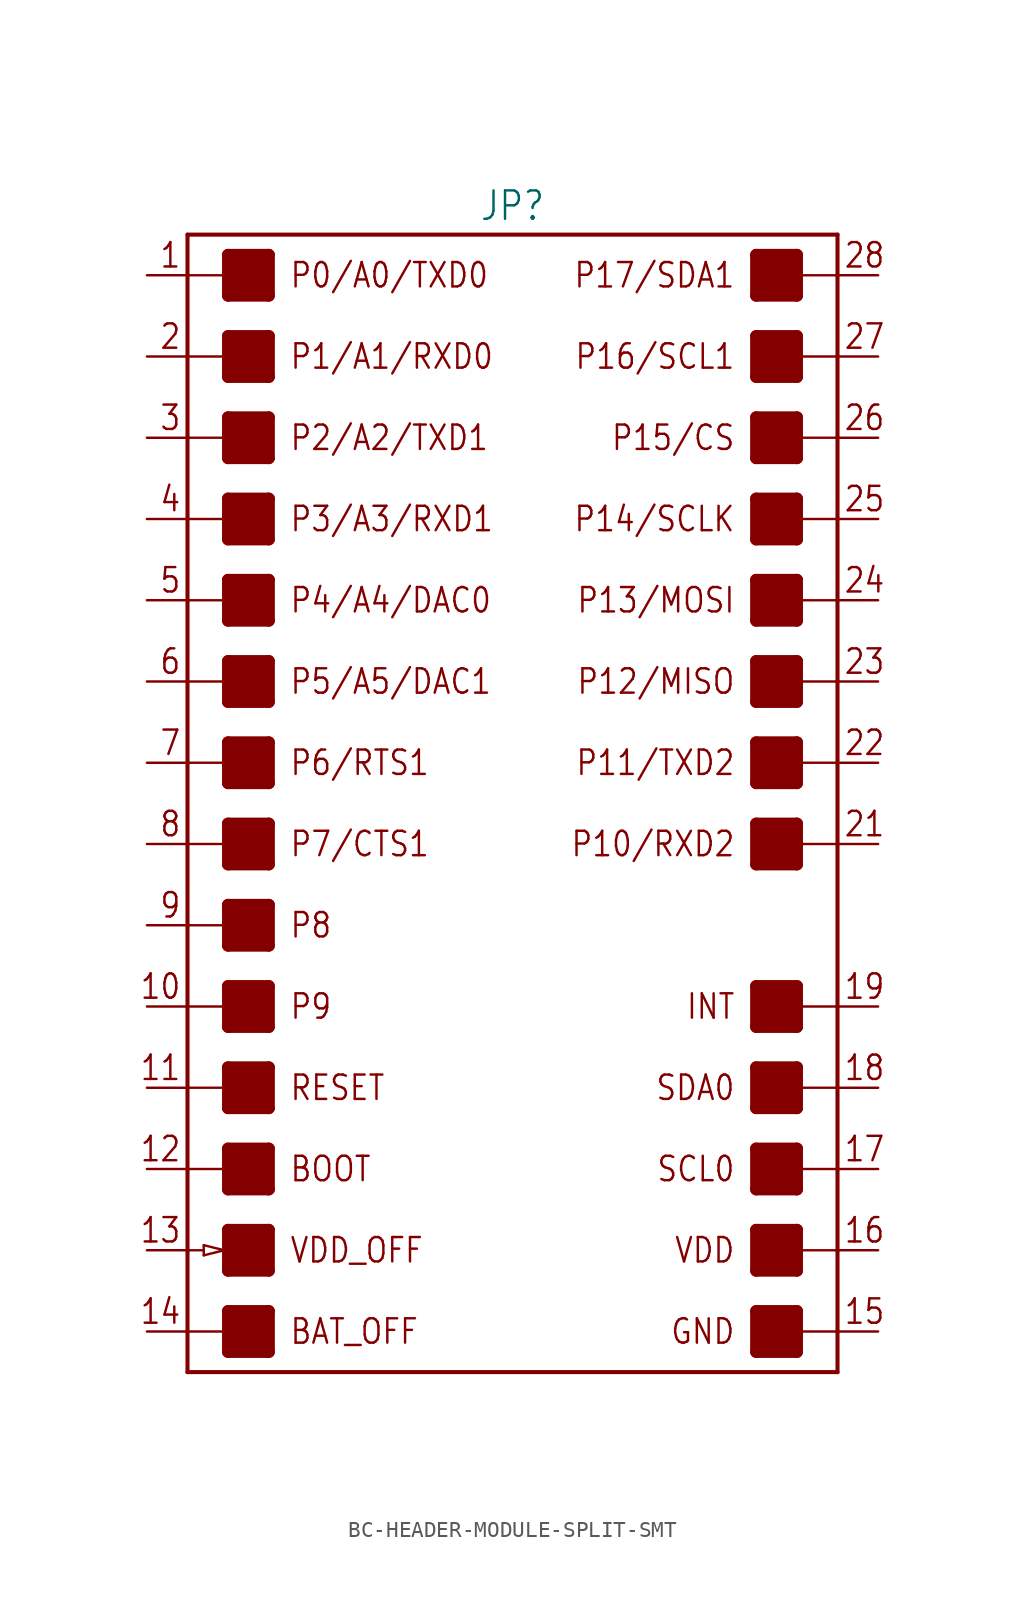
<source format=kicad_sym>
(kicad_symbol_lib
  (version 20231120)
  (generator "kicad_symbol_editor")
  (generator_version "8.0")
  (symbol "BC-HEADER-MODULE-SPLIT-SMT"
    (property "Reference" "JP"
      (at 0 36.322 0)
      (effects (font (size 1.778 1.511)) (justify bottom)))
    (property "Value" ""
      (at 0 -36.322 0)
      (effects (font (size 1.778 1.511)) (justify top)))
    (property "ki_locked" ""
      (at 0 0 0)
      (effects (font (size 1.27 1.27))))
    (symbol "BC-HEADER-MODULE-SPLIT-SMT_1_0"
      (rectangle (start -17.78 -34.29) (end -15.24 -31.75) (stroke (width 0) (type default)) (fill (type outline)))
      (rectangle (start -17.78 -29.21) (end -15.24 -26.67) (stroke (width 0) (type default)) (fill (type outline)))
      (rectangle (start -17.78 -24.13) (end -15.24 -21.59) (stroke (width 0) (type default)) (fill (type outline)))
      (rectangle (start -17.78 -19.05) (end -15.24 -16.51) (stroke (width 0) (type default)) (fill (type outline)))
      (rectangle (start -17.78 -13.97) (end -15.24 -11.43) (stroke (width 0) (type default)) (fill (type outline)))
      (rectangle (start -17.78 -8.89) (end -15.24 -6.35) (stroke (width 0) (type default)) (fill (type outline)))
      (rectangle (start -17.78 -3.81) (end -15.24 -1.27) (stroke (width 0) (type default)) (fill (type outline)))
      (rectangle (start -17.78 1.27) (end -15.24 3.81) (stroke (width 0) (type default)) (fill (type outline)))
      (rectangle (start -17.78 6.35) (end -15.24 8.89) (stroke (width 0) (type default)) (fill (type outline)))
      (rectangle (start -17.78 11.43) (end -15.24 13.97) (stroke (width 0) (type default)) (fill (type outline)))
      (rectangle (start -17.78 16.51) (end -15.24 19.05) (stroke (width 0) (type default)) (fill (type outline)))
      (rectangle (start -17.78 21.59) (end -15.24 24.13) (stroke (width 0) (type default)) (fill (type outline)))
      (rectangle (start -17.78 26.67) (end -15.24 29.21) (stroke (width 0) (type default)) (fill (type outline)))
      (rectangle (start -17.78 31.75) (end -15.24 34.29) (stroke (width 0) (type default)) (fill (type outline)))
      (polyline (pts (xy -20.32 -33.02) (xy -20.32 -35.56)) (stroke (width 0.254) (type solid)) (fill (type none)))
      (polyline (pts (xy -20.32 -33.02) (xy -17.78 -33.02)) (stroke (width 0.152) (type solid)) (fill (type none)))
      (polyline (pts (xy -20.32 -27.94) (xy -20.32 -33.02)) (stroke (width 0.254) (type solid)) (fill (type none)))
      (polyline (pts (xy -20.32 -27.94) (xy -19.304 -27.94)) (stroke (width 0.152) (type solid)) (fill (type none)))
      (polyline (pts (xy -20.32 -22.86) (xy -20.32 -27.94)) (stroke (width 0.254) (type solid)) (fill (type none)))
      (polyline (pts (xy -20.32 -22.86) (xy -17.78 -22.86)) (stroke (width 0.152) (type solid)) (fill (type none)))
      (polyline (pts (xy -20.32 -17.78) (xy -20.32 -22.86)) (stroke (width 0.254) (type solid)) (fill (type none)))
      (polyline (pts (xy -20.32 -17.78) (xy -17.78 -17.78)) (stroke (width 0.152) (type solid)) (fill (type none)))
      (polyline (pts (xy -20.32 -12.7) (xy -20.32 -17.78)) (stroke (width 0.254) (type solid)) (fill (type none)))
      (polyline (pts (xy -20.32 -12.7) (xy -17.78 -12.7)) (stroke (width 0.152) (type solid)) (fill (type none)))
      (polyline (pts (xy -20.32 -7.62) (xy -20.32 -12.7)) (stroke (width 0.254) (type solid)) (fill (type none)))
      (polyline (pts (xy -20.32 -7.62) (xy -17.78 -7.62)) (stroke (width 0.152) (type solid)) (fill (type none)))
      (polyline (pts (xy -20.32 -2.54) (xy -20.32 -7.62)) (stroke (width 0.254) (type solid)) (fill (type none)))
      (polyline (pts (xy -20.32 -2.54) (xy -17.78 -2.54)) (stroke (width 0.152) (type solid)) (fill (type none)))
      (polyline (pts (xy -20.32 2.54) (xy -20.32 -2.54)) (stroke (width 0.254) (type solid)) (fill (type none)))
      (polyline (pts (xy -20.32 2.54) (xy -17.78 2.54)) (stroke (width 0.152) (type solid)) (fill (type none)))
      (polyline (pts (xy -20.32 7.62) (xy -20.32 2.54)) (stroke (width 0.254) (type solid)) (fill (type none)))
      (polyline (pts (xy -20.32 7.62) (xy -17.78 7.62)) (stroke (width 0.152) (type solid)) (fill (type none)))
      (polyline (pts (xy -20.32 12.7) (xy -20.32 7.62)) (stroke (width 0.254) (type solid)) (fill (type none)))
      (polyline (pts (xy -20.32 12.7) (xy -17.78 12.7)) (stroke (width 0.152) (type solid)) (fill (type none)))
      (polyline (pts (xy -20.32 17.78) (xy -20.32 12.7)) (stroke (width 0.254) (type solid)) (fill (type none)))
      (polyline (pts (xy -20.32 17.78) (xy -17.78 17.78)) (stroke (width 0.152) (type solid)) (fill (type none)))
      (polyline (pts (xy -20.32 22.86) (xy -20.32 17.78)) (stroke (width 0.254) (type solid)) (fill (type none)))
      (polyline (pts (xy -20.32 22.86) (xy -17.78 22.86)) (stroke (width 0.152) (type solid)) (fill (type none)))
      (polyline (pts (xy -20.32 27.94) (xy -20.32 22.86)) (stroke (width 0.254) (type solid)) (fill (type none)))
      (polyline (pts (xy -20.32 27.94) (xy -17.78 27.94)) (stroke (width 0.152) (type solid)) (fill (type none)))
      (polyline (pts (xy -20.32 33.02) (xy -20.32 27.94)) (stroke (width 0.254) (type solid)) (fill (type none)))
      (polyline (pts (xy -20.32 33.02) (xy -17.78 33.02)) (stroke (width 0.152) (type solid)) (fill (type none)))
      (polyline (pts (xy -20.32 35.56) (xy -20.32 33.02)) (stroke (width 0.254) (type solid)) (fill (type none)))
      (polyline (pts (xy -20.32 35.56) (xy 20.32 35.56)) (stroke (width 0.254) (type solid)) (fill (type none)))
      (polyline (pts (xy -19.304 -28.258) (xy -18.034 -27.94)) (stroke (width 0.152) (type solid)) (fill (type none)))
      (polyline (pts (xy -19.304 -27.94) (xy -19.304 -28.258)) (stroke (width 0.152) (type solid)) (fill (type none)))
      (polyline (pts (xy -19.304 -27.622) (xy -19.304 -27.94)) (stroke (width 0.152) (type solid)) (fill (type none)))
      (polyline (pts (xy -18.034 -27.94) (xy -19.304 -27.622)) (stroke (width 0.152) (type solid)) (fill (type none)))
      (polyline (pts (xy -17.78 -34.29) (xy -15.24 -34.29)) (stroke (width 0.762) (type solid)) (fill (type none)))
      (polyline (pts (xy -17.78 -33.02) (xy -17.78 -34.29)) (stroke (width 0.762) (type solid)) (fill (type none)))
      (polyline (pts (xy -17.78 -31.75) (xy -17.78 -33.02)) (stroke (width 0.762) (type solid)) (fill (type none)))
      (polyline (pts (xy -17.78 -31.75) (xy -15.24 -31.75)) (stroke (width 0.762) (type solid)) (fill (type none)))
      (polyline (pts (xy -17.78 -29.21) (xy -15.24 -29.21)) (stroke (width 0.762) (type solid)) (fill (type none)))
      (polyline (pts (xy -17.78 -26.67) (xy -17.78 -29.21)) (stroke (width 0.762) (type solid)) (fill (type none)))
      (polyline (pts (xy -17.78 -26.67) (xy -15.24 -26.67)) (stroke (width 0.762) (type solid)) (fill (type none)))
      (polyline (pts (xy -17.78 -24.13) (xy -15.24 -24.13)) (stroke (width 0.762) (type solid)) (fill (type none)))
      (polyline (pts (xy -17.78 -22.86) (xy -17.78 -24.13)) (stroke (width 0.762) (type solid)) (fill (type none)))
      (polyline (pts (xy -17.78 -21.59) (xy -17.78 -22.86)) (stroke (width 0.762) (type solid)) (fill (type none)))
      (polyline (pts (xy -17.78 -21.59) (xy -15.24 -21.59)) (stroke (width 0.762) (type solid)) (fill (type none)))
      (polyline (pts (xy -17.78 -19.05) (xy -15.24 -19.05)) (stroke (width 0.762) (type solid)) (fill (type none)))
      (polyline (pts (xy -17.78 -17.78) (xy -17.78 -19.05)) (stroke (width 0.762) (type solid)) (fill (type none)))
      (polyline (pts (xy -17.78 -16.51) (xy -17.78 -17.78)) (stroke (width 0.762) (type solid)) (fill (type none)))
      (polyline (pts (xy -17.78 -16.51) (xy -15.24 -16.51)) (stroke (width 0.762) (type solid)) (fill (type none)))
      (polyline (pts (xy -17.78 -13.97) (xy -15.24 -13.97)) (stroke (width 0.762) (type solid)) (fill (type none)))
      (polyline (pts (xy -17.78 -12.7) (xy -17.78 -13.97)) (stroke (width 0.762) (type solid)) (fill (type none)))
      (polyline (pts (xy -17.78 -11.43) (xy -17.78 -12.7)) (stroke (width 0.762) (type solid)) (fill (type none)))
      (polyline (pts (xy -17.78 -11.43) (xy -15.24 -11.43)) (stroke (width 0.762) (type solid)) (fill (type none)))
      (polyline (pts (xy -17.78 -8.89) (xy -15.24 -8.89)) (stroke (width 0.762) (type solid)) (fill (type none)))
      (polyline (pts (xy -17.78 -7.62) (xy -17.78 -8.89)) (stroke (width 0.762) (type solid)) (fill (type none)))
      (polyline (pts (xy -17.78 -6.35) (xy -17.78 -7.62)) (stroke (width 0.762) (type solid)) (fill (type none)))
      (polyline (pts (xy -17.78 -6.35) (xy -15.24 -6.35)) (stroke (width 0.762) (type solid)) (fill (type none)))
      (polyline (pts (xy -17.78 -3.81) (xy -15.24 -3.81)) (stroke (width 0.762) (type solid)) (fill (type none)))
      (polyline (pts (xy -17.78 -2.54) (xy -17.78 -3.81)) (stroke (width 0.762) (type solid)) (fill (type none)))
      (polyline (pts (xy -17.78 -1.27) (xy -17.78 -2.54)) (stroke (width 0.762) (type solid)) (fill (type none)))
      (polyline (pts (xy -17.78 -1.27) (xy -15.24 -1.27)) (stroke (width 0.762) (type solid)) (fill (type none)))
      (polyline (pts (xy -17.78 1.27) (xy -15.24 1.27)) (stroke (width 0.762) (type solid)) (fill (type none)))
      (polyline (pts (xy -17.78 2.54) (xy -17.78 1.27)) (stroke (width 0.762) (type solid)) (fill (type none)))
      (polyline (pts (xy -17.78 3.81) (xy -17.78 2.54)) (stroke (width 0.762) (type solid)) (fill (type none)))
      (polyline (pts (xy -17.78 3.81) (xy -15.24 3.81)) (stroke (width 0.762) (type solid)) (fill (type none)))
      (polyline (pts (xy -17.78 6.35) (xy -15.24 6.35)) (stroke (width 0.762) (type solid)) (fill (type none)))
      (polyline (pts (xy -17.78 7.62) (xy -17.78 6.35)) (stroke (width 0.762) (type solid)) (fill (type none)))
      (polyline (pts (xy -17.78 8.89) (xy -17.78 7.62)) (stroke (width 0.762) (type solid)) (fill (type none)))
      (polyline (pts (xy -17.78 8.89) (xy -15.24 8.89)) (stroke (width 0.762) (type solid)) (fill (type none)))
      (polyline (pts (xy -17.78 11.43) (xy -15.24 11.43)) (stroke (width 0.762) (type solid)) (fill (type none)))
      (polyline (pts (xy -17.78 12.7) (xy -17.78 11.43)) (stroke (width 0.762) (type solid)) (fill (type none)))
      (polyline (pts (xy -17.78 13.97) (xy -17.78 12.7)) (stroke (width 0.762) (type solid)) (fill (type none)))
      (polyline (pts (xy -17.78 13.97) (xy -15.24 13.97)) (stroke (width 0.762) (type solid)) (fill (type none)))
      (polyline (pts (xy -17.78 16.51) (xy -15.24 16.51)) (stroke (width 0.762) (type solid)) (fill (type none)))
      (polyline (pts (xy -17.78 17.78) (xy -17.78 16.51)) (stroke (width 0.762) (type solid)) (fill (type none)))
      (polyline (pts (xy -17.78 19.05) (xy -17.78 17.78)) (stroke (width 0.762) (type solid)) (fill (type none)))
      (polyline (pts (xy -17.78 19.05) (xy -15.24 19.05)) (stroke (width 0.762) (type solid)) (fill (type none)))
      (polyline (pts (xy -17.78 21.59) (xy -15.24 21.59)) (stroke (width 0.762) (type solid)) (fill (type none)))
      (polyline (pts (xy -17.78 22.86) (xy -17.78 21.59)) (stroke (width 0.762) (type solid)) (fill (type none)))
      (polyline (pts (xy -17.78 24.13) (xy -17.78 22.86)) (stroke (width 0.762) (type solid)) (fill (type none)))
      (polyline (pts (xy -17.78 24.13) (xy -15.24 24.13)) (stroke (width 0.762) (type solid)) (fill (type none)))
      (polyline (pts (xy -17.78 26.67) (xy -15.24 26.67)) (stroke (width 0.762) (type solid)) (fill (type none)))
      (polyline (pts (xy -17.78 27.94) (xy -17.78 26.67)) (stroke (width 0.762) (type solid)) (fill (type none)))
      (polyline (pts (xy -17.78 29.21) (xy -17.78 27.94)) (stroke (width 0.762) (type solid)) (fill (type none)))
      (polyline (pts (xy -17.78 29.21) (xy -15.24 29.21)) (stroke (width 0.762) (type solid)) (fill (type none)))
      (polyline (pts (xy -17.78 31.75) (xy -15.24 31.75)) (stroke (width 0.762) (type solid)) (fill (type none)))
      (polyline (pts (xy -17.78 33.02) (xy -17.78 31.75)) (stroke (width 0.762) (type solid)) (fill (type none)))
      (polyline (pts (xy -17.78 34.29) (xy -17.78 33.02)) (stroke (width 0.762) (type solid)) (fill (type none)))
      (polyline (pts (xy -17.78 34.29) (xy -15.24 34.29)) (stroke (width 0.762) (type solid)) (fill (type none)))
      (polyline (pts (xy -15.24 -34.29) (xy -15.24 -31.75)) (stroke (width 0.762) (type solid)) (fill (type none)))
      (polyline (pts (xy -15.24 -29.21) (xy -15.24 -26.67)) (stroke (width 0.762) (type solid)) (fill (type none)))
      (polyline (pts (xy -15.24 -24.13) (xy -15.24 -21.59)) (stroke (width 0.762) (type solid)) (fill (type none)))
      (polyline (pts (xy -15.24 -19.05) (xy -15.24 -16.51)) (stroke (width 0.762) (type solid)) (fill (type none)))
      (polyline (pts (xy -15.24 -13.97) (xy -15.24 -11.43)) (stroke (width 0.762) (type solid)) (fill (type none)))
      (polyline (pts (xy -15.24 -8.89) (xy -15.24 -6.35)) (stroke (width 0.762) (type solid)) (fill (type none)))
      (polyline (pts (xy -15.24 -3.81) (xy -15.24 -1.27)) (stroke (width 0.762) (type solid)) (fill (type none)))
      (polyline (pts (xy -15.24 1.27) (xy -15.24 3.81)) (stroke (width 0.762) (type solid)) (fill (type none)))
      (polyline (pts (xy -15.24 6.35) (xy -15.24 8.89)) (stroke (width 0.762) (type solid)) (fill (type none)))
      (polyline (pts (xy -15.24 11.43) (xy -15.24 13.97)) (stroke (width 0.762) (type solid)) (fill (type none)))
      (polyline (pts (xy -15.24 16.51) (xy -15.24 19.05)) (stroke (width 0.762) (type solid)) (fill (type none)))
      (polyline (pts (xy -15.24 21.59) (xy -15.24 24.13)) (stroke (width 0.762) (type solid)) (fill (type none)))
      (polyline (pts (xy -15.24 26.67) (xy -15.24 29.21)) (stroke (width 0.762) (type solid)) (fill (type none)))
      (polyline (pts (xy -15.24 31.75) (xy -15.24 34.29)) (stroke (width 0.762) (type solid)) (fill (type none)))
      (polyline (pts (xy 15.24 -34.29) (xy 17.78 -34.29)) (stroke (width 0.762) (type solid)) (fill (type none)))
      (polyline (pts (xy 15.24 -31.75) (xy 15.24 -34.29)) (stroke (width 0.762) (type solid)) (fill (type none)))
      (polyline (pts (xy 15.24 -31.75) (xy 17.78 -31.75)) (stroke (width 0.762) (type solid)) (fill (type none)))
      (polyline (pts (xy 15.24 -29.21) (xy 17.78 -29.21)) (stroke (width 0.762) (type solid)) (fill (type none)))
      (polyline (pts (xy 15.24 -26.67) (xy 15.24 -29.21)) (stroke (width 0.762) (type solid)) (fill (type none)))
      (polyline (pts (xy 15.24 -26.67) (xy 17.78 -26.67)) (stroke (width 0.762) (type solid)) (fill (type none)))
      (polyline (pts (xy 15.24 -24.13) (xy 17.78 -24.13)) (stroke (width 0.762) (type solid)) (fill (type none)))
      (polyline (pts (xy 15.24 -21.59) (xy 15.24 -24.13)) (stroke (width 0.762) (type solid)) (fill (type none)))
      (polyline (pts (xy 15.24 -21.59) (xy 17.78 -21.59)) (stroke (width 0.762) (type solid)) (fill (type none)))
      (polyline (pts (xy 15.24 -19.05) (xy 17.78 -19.05)) (stroke (width 0.762) (type solid)) (fill (type none)))
      (polyline (pts (xy 15.24 -16.51) (xy 15.24 -19.05)) (stroke (width 0.762) (type solid)) (fill (type none)))
      (polyline (pts (xy 15.24 -16.51) (xy 17.78 -16.51)) (stroke (width 0.762) (type solid)) (fill (type none)))
      (polyline (pts (xy 15.24 -13.97) (xy 17.78 -13.97)) (stroke (width 0.762) (type solid)) (fill (type none)))
      (polyline (pts (xy 15.24 -11.43) (xy 15.24 -13.97)) (stroke (width 0.762) (type solid)) (fill (type none)))
      (polyline (pts (xy 15.24 -11.43) (xy 17.78 -11.43)) (stroke (width 0.762) (type solid)) (fill (type none)))
      (polyline (pts (xy 15.24 -3.81) (xy 17.78 -3.81)) (stroke (width 0.762) (type solid)) (fill (type none)))
      (polyline (pts (xy 15.24 -1.27) (xy 15.24 -3.81)) (stroke (width 0.762) (type solid)) (fill (type none)))
      (polyline (pts (xy 15.24 -1.27) (xy 17.78 -1.27)) (stroke (width 0.762) (type solid)) (fill (type none)))
      (polyline (pts (xy 15.24 1.27) (xy 17.78 1.27)) (stroke (width 0.762) (type solid)) (fill (type none)))
      (polyline (pts (xy 15.24 3.81) (xy 15.24 1.27)) (stroke (width 0.762) (type solid)) (fill (type none)))
      (polyline (pts (xy 15.24 3.81) (xy 17.78 3.81)) (stroke (width 0.762) (type solid)) (fill (type none)))
      (polyline (pts (xy 15.24 6.35) (xy 17.78 6.35)) (stroke (width 0.762) (type solid)) (fill (type none)))
      (polyline (pts (xy 15.24 8.89) (xy 15.24 6.35)) (stroke (width 0.762) (type solid)) (fill (type none)))
      (polyline (pts (xy 15.24 8.89) (xy 17.78 8.89)) (stroke (width 0.762) (type solid)) (fill (type none)))
      (polyline (pts (xy 15.24 11.43) (xy 17.78 11.43)) (stroke (width 0.762) (type solid)) (fill (type none)))
      (polyline (pts (xy 15.24 13.97) (xy 15.24 11.43)) (stroke (width 0.762) (type solid)) (fill (type none)))
      (polyline (pts (xy 15.24 13.97) (xy 17.78 13.97)) (stroke (width 0.762) (type solid)) (fill (type none)))
      (polyline (pts (xy 15.24 16.51) (xy 17.78 16.51)) (stroke (width 0.762) (type solid)) (fill (type none)))
      (polyline (pts (xy 15.24 19.05) (xy 15.24 16.51)) (stroke (width 0.762) (type solid)) (fill (type none)))
      (polyline (pts (xy 15.24 19.05) (xy 17.78 19.05)) (stroke (width 0.762) (type solid)) (fill (type none)))
      (polyline (pts (xy 15.24 21.59) (xy 17.78 21.59)) (stroke (width 0.762) (type solid)) (fill (type none)))
      (polyline (pts (xy 15.24 24.13) (xy 15.24 21.59)) (stroke (width 0.762) (type solid)) (fill (type none)))
      (polyline (pts (xy 15.24 24.13) (xy 17.78 24.13)) (stroke (width 0.762) (type solid)) (fill (type none)))
      (polyline (pts (xy 15.24 26.67) (xy 17.78 26.67)) (stroke (width 0.762) (type solid)) (fill (type none)))
      (polyline (pts (xy 15.24 29.21) (xy 15.24 26.67)) (stroke (width 0.762) (type solid)) (fill (type none)))
      (polyline (pts (xy 15.24 29.21) (xy 17.78 29.21)) (stroke (width 0.762) (type solid)) (fill (type none)))
      (polyline (pts (xy 15.24 31.75) (xy 17.78 31.75)) (stroke (width 0.762) (type solid)) (fill (type none)))
      (polyline (pts (xy 15.24 34.29) (xy 15.24 31.75)) (stroke (width 0.762) (type solid)) (fill (type none)))
      (polyline (pts (xy 15.24 34.29) (xy 17.78 34.29)) (stroke (width 0.762) (type solid)) (fill (type none)))
      (polyline (pts (xy 17.78 -34.29) (xy 17.78 -33.02)) (stroke (width 0.762) (type solid)) (fill (type none)))
      (polyline (pts (xy 17.78 -33.02) (xy 17.78 -31.75)) (stroke (width 0.762) (type solid)) (fill (type none)))
      (polyline (pts (xy 17.78 -33.02) (xy 20.32 -33.02)) (stroke (width 0.152) (type solid)) (fill (type none)))
      (polyline (pts (xy 17.78 -29.21) (xy 17.78 -27.94)) (stroke (width 0.762) (type solid)) (fill (type none)))
      (polyline (pts (xy 17.78 -27.94) (xy 17.78 -26.67)) (stroke (width 0.762) (type solid)) (fill (type none)))
      (polyline (pts (xy 17.78 -27.94) (xy 20.32 -27.94)) (stroke (width 0.152) (type solid)) (fill (type none)))
      (polyline (pts (xy 17.78 -24.13) (xy 17.78 -22.86)) (stroke (width 0.762) (type solid)) (fill (type none)))
      (polyline (pts (xy 17.78 -22.86) (xy 17.78 -21.59)) (stroke (width 0.762) (type solid)) (fill (type none)))
      (polyline (pts (xy 17.78 -22.86) (xy 20.32 -22.86)) (stroke (width 0.152) (type solid)) (fill (type none)))
      (polyline (pts (xy 17.78 -19.05) (xy 17.78 -17.78)) (stroke (width 0.762) (type solid)) (fill (type none)))
      (polyline (pts (xy 17.78 -17.78) (xy 17.78 -16.51)) (stroke (width 0.762) (type solid)) (fill (type none)))
      (polyline (pts (xy 17.78 -17.78) (xy 20.32 -17.78)) (stroke (width 0.152) (type solid)) (fill (type none)))
      (polyline (pts (xy 17.78 -13.97) (xy 17.78 -12.7)) (stroke (width 0.762) (type solid)) (fill (type none)))
      (polyline (pts (xy 17.78 -12.7) (xy 17.78 -11.43)) (stroke (width 0.762) (type solid)) (fill (type none)))
      (polyline (pts (xy 17.78 -12.7) (xy 20.32 -12.7)) (stroke (width 0.152) (type solid)) (fill (type none)))
      (polyline (pts (xy 17.78 -3.81) (xy 17.78 -2.54)) (stroke (width 0.762) (type solid)) (fill (type none)))
      (polyline (pts (xy 17.78 -2.54) (xy 17.78 -1.27)) (stroke (width 0.762) (type solid)) (fill (type none)))
      (polyline (pts (xy 17.78 -2.54) (xy 20.32 -2.54)) (stroke (width 0.152) (type solid)) (fill (type none)))
      (polyline (pts (xy 17.78 1.27) (xy 17.78 2.54)) (stroke (width 0.762) (type solid)) (fill (type none)))
      (polyline (pts (xy 17.78 2.54) (xy 17.78 3.81)) (stroke (width 0.762) (type solid)) (fill (type none)))
      (polyline (pts (xy 17.78 2.54) (xy 20.32 2.54)) (stroke (width 0.152) (type solid)) (fill (type none)))
      (polyline (pts (xy 17.78 6.35) (xy 17.78 7.62)) (stroke (width 0.762) (type solid)) (fill (type none)))
      (polyline (pts (xy 17.78 7.62) (xy 17.78 8.89)) (stroke (width 0.762) (type solid)) (fill (type none)))
      (polyline (pts (xy 17.78 7.62) (xy 20.32 7.62)) (stroke (width 0.152) (type solid)) (fill (type none)))
      (polyline (pts (xy 17.78 11.43) (xy 17.78 12.7)) (stroke (width 0.762) (type solid)) (fill (type none)))
      (polyline (pts (xy 17.78 12.7) (xy 17.78 13.97)) (stroke (width 0.762) (type solid)) (fill (type none)))
      (polyline (pts (xy 17.78 12.7) (xy 20.32 12.7)) (stroke (width 0.152) (type solid)) (fill (type none)))
      (polyline (pts (xy 17.78 16.51) (xy 17.78 17.78)) (stroke (width 0.762) (type solid)) (fill (type none)))
      (polyline (pts (xy 17.78 17.78) (xy 17.78 19.05)) (stroke (width 0.762) (type solid)) (fill (type none)))
      (polyline (pts (xy 17.78 17.78) (xy 20.32 17.78)) (stroke (width 0.152) (type solid)) (fill (type none)))
      (polyline (pts (xy 17.78 21.59) (xy 17.78 22.86)) (stroke (width 0.762) (type solid)) (fill (type none)))
      (polyline (pts (xy 17.78 22.86) (xy 17.78 24.13)) (stroke (width 0.762) (type solid)) (fill (type none)))
      (polyline (pts (xy 17.78 22.86) (xy 20.32 22.86)) (stroke (width 0.152) (type solid)) (fill (type none)))
      (polyline (pts (xy 17.78 26.67) (xy 17.78 27.94)) (stroke (width 0.762) (type solid)) (fill (type none)))
      (polyline (pts (xy 17.78 27.94) (xy 17.78 29.21)) (stroke (width 0.762) (type solid)) (fill (type none)))
      (polyline (pts (xy 17.78 27.94) (xy 20.32 27.94)) (stroke (width 0.152) (type solid)) (fill (type none)))
      (polyline (pts (xy 17.78 31.75) (xy 17.78 33.02)) (stroke (width 0.762) (type solid)) (fill (type none)))
      (polyline (pts (xy 17.78 33.02) (xy 17.78 34.29)) (stroke (width 0.762) (type solid)) (fill (type none)))
      (polyline (pts (xy 17.78 33.02) (xy 20.32 33.02)) (stroke (width 0.152) (type solid)) (fill (type none)))
      (polyline (pts (xy 20.32 -35.56) (xy -20.32 -35.56)) (stroke (width 0.254) (type solid)) (fill (type none)))
      (polyline (pts (xy 20.32 -33.02) (xy 20.32 -35.56)) (stroke (width 0.254) (type solid)) (fill (type none)))
      (polyline (pts (xy 20.32 -27.94) (xy 20.32 -33.02)) (stroke (width 0.254) (type solid)) (fill (type none)))
      (polyline (pts (xy 20.32 -22.86) (xy 20.32 -27.94)) (stroke (width 0.254) (type solid)) (fill (type none)))
      (polyline (pts (xy 20.32 -17.78) (xy 20.32 -22.86)) (stroke (width 0.254) (type solid)) (fill (type none)))
      (polyline (pts (xy 20.32 -12.7) (xy 20.32 -17.78)) (stroke (width 0.254) (type solid)) (fill (type none)))
      (polyline (pts (xy 20.32 -2.54) (xy 20.32 -12.7)) (stroke (width 0.254) (type solid)) (fill (type none)))
      (polyline (pts (xy 20.32 2.54) (xy 20.32 -2.54)) (stroke (width 0.254) (type solid)) (fill (type none)))
      (polyline (pts (xy 20.32 7.62) (xy 20.32 2.54)) (stroke (width 0.254) (type solid)) (fill (type none)))
      (polyline (pts (xy 20.32 12.7) (xy 20.32 7.62)) (stroke (width 0.254) (type solid)) (fill (type none)))
      (polyline (pts (xy 20.32 17.78) (xy 20.32 12.7)) (stroke (width 0.254) (type solid)) (fill (type none)))
      (polyline (pts (xy 20.32 22.86) (xy 20.32 17.78)) (stroke (width 0.254) (type solid)) (fill (type none)))
      (polyline (pts (xy 20.32 27.94) (xy 20.32 22.86)) (stroke (width 0.254) (type solid)) (fill (type none)))
      (polyline (pts (xy 20.32 33.02) (xy 20.32 27.94)) (stroke (width 0.254) (type solid)) (fill (type none)))
      (polyline (pts (xy 20.32 35.56) (xy 20.32 33.02)) (stroke (width 0.254) (type solid)) (fill (type none)))
      (rectangle (start 15.24 -34.29) (end 17.78 -31.75) (stroke (width 0) (type default)) (fill (type outline)))
      (rectangle (start 15.24 -29.21) (end 17.78 -26.67) (stroke (width 0) (type default)) (fill (type outline)))
      (rectangle (start 15.24 -24.13) (end 17.78 -21.59) (stroke (width 0) (type default)) (fill (type outline)))
      (rectangle (start 15.24 -19.05) (end 17.78 -16.51) (stroke (width 0) (type default)) (fill (type outline)))
      (rectangle (start 15.24 -13.97) (end 17.78 -11.43) (stroke (width 0) (type default)) (fill (type outline)))
      (rectangle (start 15.24 -3.81) (end 17.78 -1.27) (stroke (width 0) (type default)) (fill (type outline)))
      (rectangle (start 15.24 1.27) (end 17.78 3.81) (stroke (width 0) (type default)) (fill (type outline)))
      (rectangle (start 15.24 6.35) (end 17.78 8.89) (stroke (width 0) (type default)) (fill (type outline)))
      (rectangle (start 15.24 11.43) (end 17.78 13.97) (stroke (width 0) (type default)) (fill (type outline)))
      (rectangle (start 15.24 16.51) (end 17.78 19.05) (stroke (width 0) (type default)) (fill (type outline)))
      (rectangle (start 15.24 21.59) (end 17.78 24.13) (stroke (width 0) (type default)) (fill (type outline)))
      (rectangle (start 15.24 26.67) (end 17.78 29.21) (stroke (width 0) (type default)) (fill (type outline)))
      (rectangle (start 15.24 31.75) (end 17.78 34.29) (stroke (width 0) (type default)) (fill (type outline)))
      (text "1" (at -20.676 33.376 0) (effects (font (size 1.524 1.295)) (justify right bottom)))
      (text "10" (at -20.676 -12.344 0) (effects (font (size 1.524 1.295)) (justify right bottom)))
      (text "11" (at -20.676 -17.424 0) (effects (font (size 1.524 1.295)) (justify right bottom)))
      (text "12" (at -20.676 -22.504 0) (effects (font (size 1.524 1.295)) (justify right bottom)))
      (text "13" (at -20.676 -27.584 0) (effects (font (size 1.524 1.295)) (justify right bottom)))
      (text "14" (at -20.676 -32.664 0) (effects (font (size 1.524 1.295)) (justify right bottom)))
      (text "15" (at 20.676 -32.664 0) (effects (font (size 1.524 1.295)) (justify left bottom)))
      (text "16" (at 20.676 -27.584 0) (effects (font (size 1.524 1.295)) (justify left bottom)))
      (text "17" (at 20.676 -22.504 0) (effects (font (size 1.524 1.295)) (justify left bottom)))
      (text "18" (at 20.676 -17.424 0) (effects (font (size 1.524 1.295)) (justify left bottom)))
      (text "19" (at 20.676 -12.344 0) (effects (font (size 1.524 1.295)) (justify left bottom)))
      (text "2" (at -20.676 28.296 0) (effects (font (size 1.524 1.295)) (justify right bottom)))
      (text "21" (at 20.676 -2.184 0) (effects (font (size 1.524 1.295)) (justify left bottom)))
      (text "22" (at 20.676 2.896 0) (effects (font (size 1.524 1.295)) (justify left bottom)))
      (text "23" (at 20.676 7.976 0) (effects (font (size 1.524 1.295)) (justify left bottom)))
      (text "24" (at 20.676 13.056 0) (effects (font (size 1.524 1.295)) (justify left bottom)))
      (text "25" (at 20.676 18.136 0) (effects (font (size 1.524 1.295)) (justify left bottom)))
      (text "26" (at 20.676 23.216 0) (effects (font (size 1.524 1.295)) (justify left bottom)))
      (text "27" (at 20.676 28.296 0) (effects (font (size 1.524 1.295)) (justify left bottom)))
      (text "28" (at 20.676 33.376 0) (effects (font (size 1.524 1.295)) (justify left bottom)))
      (text "3" (at -20.676 23.216 0) (effects (font (size 1.524 1.295)) (justify right bottom)))
      (text "4" (at -20.676 18.136 0) (effects (font (size 1.524 1.295)) (justify right bottom)))
      (text "5" (at -20.676 13.056 0) (effects (font (size 1.524 1.295)) (justify right bottom)))
      (text "6" (at -20.676 7.976 0) (effects (font (size 1.524 1.295)) (justify right bottom)))
      (text "7" (at -20.676 2.896 0) (effects (font (size 1.524 1.295)) (justify right bottom)))
      (text "8" (at -20.676 -2.184 0) (effects (font (size 1.524 1.295)) (justify right bottom)))
      (text "9" (at -20.676 -7.264 0) (effects (font (size 1.524 1.295)) (justify right bottom)))
      (text "BAT_OFF" (at -13.97 -33.02 0) (effects (font (size 1.524 1.295)) (justify left)))
      (text "BOOT" (at -13.97 -22.86 0) (effects (font (size 1.524 1.295)) (justify left)))
      (text "GND" (at 13.97 -33.02 0) (effects (font (size 1.524 1.295)) (justify right)))
      (text "INT" (at 13.97 -12.7 0) (effects (font (size 1.524 1.295)) (justify right)))
      (text "P0/A0/TXD0" (at -13.97 33.02 0) (effects (font (size 1.524 1.295)) (justify left)))
      (text "P1/A1/RXD0" (at -13.97 27.94 0) (effects (font (size 1.524 1.295)) (justify left)))
      (text "P10/RXD2" (at 13.97 -2.54 0) (effects (font (size 1.524 1.295)) (justify right)))
      (text "P11/TXD2" (at 13.97 2.54 0) (effects (font (size 1.524 1.295)) (justify right)))
      (text "P12/MISO" (at 13.97 7.62 0) (effects (font (size 1.524 1.295)) (justify right)))
      (text "P13/MOSI" (at 13.97 12.7 0) (effects (font (size 1.524 1.295)) (justify right)))
      (text "P14/SCLK" (at 13.97 17.78 0) (effects (font (size 1.524 1.295)) (justify right)))
      (text "P15/CS" (at 13.97 22.86 0) (effects (font (size 1.524 1.295)) (justify right)))
      (text "P16/SCL1" (at 13.97 27.94 0) (effects (font (size 1.524 1.295)) (justify right)))
      (text "P17/SDA1" (at 13.97 33.02 0) (effects (font (size 1.524 1.295)) (justify right)))
      (text "P2/A2/TXD1" (at -13.97 22.86 0) (effects (font (size 1.524 1.295)) (justify left)))
      (text "P3/A3/RXD1" (at -13.97 17.78 0) (effects (font (size 1.524 1.295)) (justify left)))
      (text "P4/A4/DAC0" (at -13.97 12.7 0) (effects (font (size 1.524 1.295)) (justify left)))
      (text "P5/A5/DAC1" (at -13.97 7.62 0) (effects (font (size 1.524 1.295)) (justify left)))
      (text "P6/RTS1" (at -13.97 2.54 0) (effects (font (size 1.524 1.295)) (justify left)))
      (text "P7/CTS1" (at -13.97 -2.54 0) (effects (font (size 1.524 1.295)) (justify left)))
      (text "P8" (at -13.97 -7.62 0) (effects (font (size 1.524 1.295)) (justify left)))
      (text "P9" (at -13.97 -12.7 0) (effects (font (size 1.524 1.295)) (justify left)))
      (text "RESET" (at -13.97 -17.78 0) (effects (font (size 1.524 1.295)) (justify left)))
      (text "SCL0" (at 13.97 -22.86 0) (effects (font (size 1.524 1.295)) (justify right)))
      (text "SDA0" (at 13.97 -17.78 0) (effects (font (size 1.524 1.295)) (justify right)))
      (text "VDD" (at 13.97 -27.94 0) (effects (font (size 1.524 1.295)) (justify right)))
      (text "VDD_OFF" (at -13.97 -27.94 0) (effects (font (size 1.524 1.295)) (justify left)))
      (pin passive line (at -22.86 33.02 0) (length 2.54) (name "P0/A0/TXD0" (effects (font (size 0 0)))) (number "1" (effects (font (size 0 0)))))
      (pin passive line (at -22.86 -12.7 0) (length 2.54) (name "P9" (effects (font (size 0 0)))) (number "10" (effects (font (size 0 0)))))
      (pin passive line (at -22.86 -17.78 0) (length 2.54) (name "RESET" (effects (font (size 0 0)))) (number "11" (effects (font (size 0 0)))))
      (pin passive line (at -22.86 -22.86 0) (length 2.54) (name "BOOT" (effects (font (size 0 0)))) (number "12" (effects (font (size 0 0)))))
      (pin passive line (at -22.86 -27.94 0) (length 2.54) (name "VDD_OFF_IN" (effects (font (size 0 0)))) (number "13" (effects (font (size 0 0)))))
      (pin passive line (at -22.86 -33.02 0) (length 2.54) (name "BAT_OFF" (effects (font (size 0 0)))) (number "14" (effects (font (size 0 0)))))
      (pin passive line (at 22.86 -33.02 180) (length 2.54) (name "GND" (effects (font (size 0 0)))) (number "15" (effects (font (size 0 0)))))
      (pin passive line (at 22.86 -27.94 180) (length 2.54) (name "VDD" (effects (font (size 0 0)))) (number "16" (effects (font (size 0 0)))))
      (pin passive line (at 22.86 -22.86 180) (length 2.54) (name "SCL0" (effects (font (size 0 0)))) (number "17" (effects (font (size 0 0)))))
      (pin passive line (at 22.86 -17.78 180) (length 2.54) (name "SDA0" (effects (font (size 0 0)))) (number "18" (effects (font (size 0 0)))))
      (pin passive line (at 22.86 -12.7 180) (length 2.54) (name "INT" (effects (font (size 0 0)))) (number "19" (effects (font (size 0 0)))))
      (pin passive line (at -22.86 27.94 0) (length 2.54) (name "P1/A1/RXD0" (effects (font (size 0 0)))) (number "2" (effects (font (size 0 0)))))
      (pin passive line (at 22.86 -2.54 180) (length 2.54) (name "P10/RXD2" (effects (font (size 0 0)))) (number "21" (effects (font (size 0 0)))))
      (pin passive line (at 22.86 2.54 180) (length 2.54) (name "P11/TXD2" (effects (font (size 0 0)))) (number "22" (effects (font (size 0 0)))))
      (pin passive line (at 22.86 7.62 180) (length 2.54) (name "P12/MISO" (effects (font (size 0 0)))) (number "23" (effects (font (size 0 0)))))
      (pin passive line (at 22.86 12.7 180) (length 2.54) (name "P13/MOSI" (effects (font (size 0 0)))) (number "24" (effects (font (size 0 0)))))
      (pin passive line (at 22.86 17.78 180) (length 2.54) (name "P14/SCLK" (effects (font (size 0 0)))) (number "25" (effects (font (size 0 0)))))
      (pin passive line (at 22.86 22.86 180) (length 2.54) (name "P15/CS" (effects (font (size 0 0)))) (number "26" (effects (font (size 0 0)))))
      (pin passive line (at 22.86 27.94 180) (length 2.54) (name "P16/SCL1" (effects (font (size 0 0)))) (number "27" (effects (font (size 0 0)))))
      (pin passive line (at 22.86 33.02 180) (length 2.54) (name "P17/SDA1" (effects (font (size 0 0)))) (number "28" (effects (font (size 0 0)))))
      (pin passive line (at -22.86 22.86 0) (length 2.54) (name "P2/A2/TXD1" (effects (font (size 0 0)))) (number "3" (effects (font (size 0 0)))))
      (pin passive line (at -22.86 17.78 0) (length 2.54) (name "P3/A3/RXD1" (effects (font (size 0 0)))) (number "4" (effects (font (size 0 0)))))
      (pin passive line (at -22.86 12.7 0) (length 2.54) (name "P4/A4/DAC0" (effects (font (size 0 0)))) (number "5" (effects (font (size 0 0)))))
      (pin passive line (at -22.86 7.62 0) (length 2.54) (name "P5/A5/DAC1" (effects (font (size 0 0)))) (number "6" (effects (font (size 0 0)))))
      (pin passive line (at -22.86 2.54 0) (length 2.54) (name "P6/RTS1" (effects (font (size 0 0)))) (number "7" (effects (font (size 0 0)))))
      (pin passive line (at -22.86 -2.54 0) (length 2.54) (name "P7/CTS1" (effects (font (size 0 0)))) (number "8" (effects (font (size 0 0)))))
      (pin passive line (at -22.86 -7.62 0) (length 2.54) (name "P8" (effects (font (size 0 0)))) (number "9" (effects (font (size 0 0))))))))
</source>
